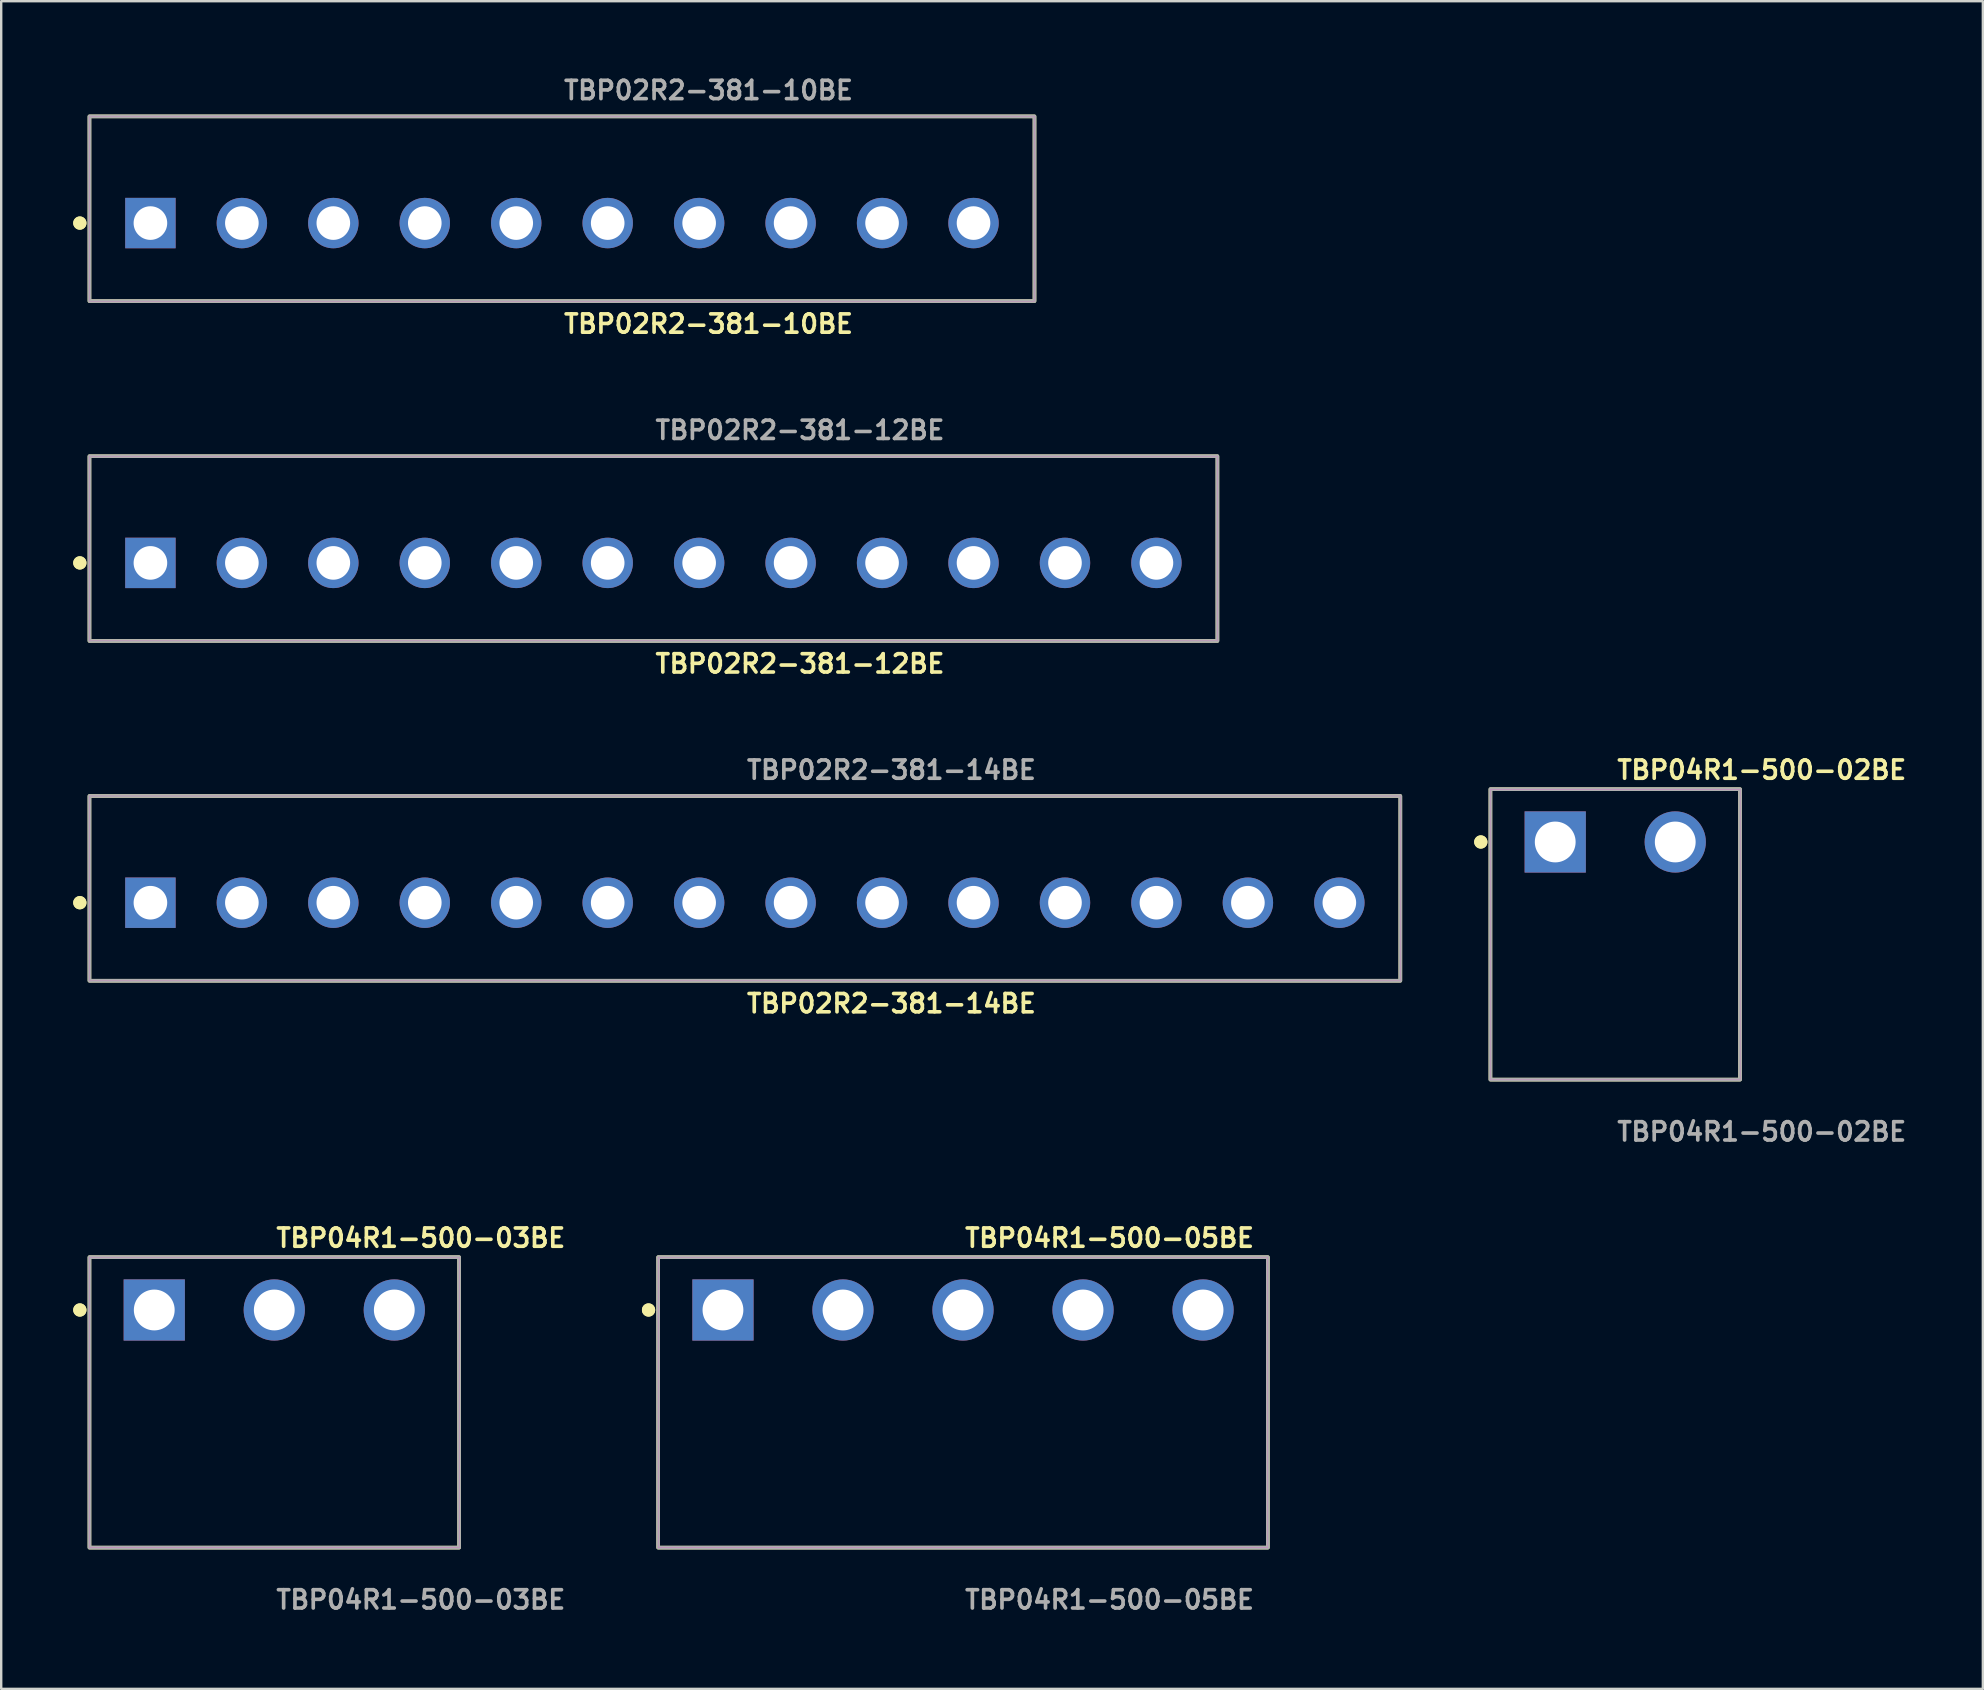
<source format=kicad_pcb>
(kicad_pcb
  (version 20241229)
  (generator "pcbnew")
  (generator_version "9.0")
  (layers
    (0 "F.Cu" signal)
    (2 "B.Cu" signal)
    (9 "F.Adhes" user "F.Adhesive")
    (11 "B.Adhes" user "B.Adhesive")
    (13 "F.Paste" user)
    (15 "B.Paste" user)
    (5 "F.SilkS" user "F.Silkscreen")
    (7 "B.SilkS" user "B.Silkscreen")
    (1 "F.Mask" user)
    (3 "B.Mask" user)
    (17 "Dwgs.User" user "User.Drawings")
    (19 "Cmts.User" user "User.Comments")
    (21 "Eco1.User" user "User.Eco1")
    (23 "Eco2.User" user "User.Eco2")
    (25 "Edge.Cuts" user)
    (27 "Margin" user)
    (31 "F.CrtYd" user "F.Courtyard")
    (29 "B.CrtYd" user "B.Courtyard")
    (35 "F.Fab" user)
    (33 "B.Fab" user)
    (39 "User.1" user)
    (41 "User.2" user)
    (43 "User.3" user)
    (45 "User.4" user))
  (footprint "TBP04R1-500-03BE"
    (layer "F.Cu")
    (at 8.376 51.523)
    (property "Reference" "TBP04R1-500-03BE" (at 0 -3 0) (unlocked yes) (layer "F.SilkS") (effects (font (size 0.762 0.762) (thickness 0.152)) (justify left)))
    (fp_rect (start -7.7 9.9) (end 7.7 -2.2) (stroke (width 0.152) (type solid)) (fill no) (layer "F.SilkS"))
    (fp_circle (center -8.1 0) (end -8.3 0) (stroke (width 0.152) (type solid)) (fill yes) (layer "F.SilkS"))
    (fp_circle (center -8.1 0) (end -8.3 0) (stroke (width 0.152) (type solid)) (fill yes) (layer "F.SilkS"))
    (fp_rect (start -7.7 9.9) (end 7.7 -2.2) (stroke (width 0.006) (type solid)) (fill no) (layer "F.CrtYd"))
    (fp_rect (start -7.7 9.9) (end 7.7 -2.2) (stroke (width 0.152) (type solid)) (fill no) (layer "F.Fab"))
    (fp_text user "${REFERENCE}" (at 0 12.07 0) (unlocked yes) (layer "F.Fab") (effects (font (size 0.762 0.762) (thickness 0.152)) (justify left)))
    (pad "1" thru_hole rect (at -5 0) (size 2.55 2.55) (drill 1.7) (layers "*.Cu" "*.Mask"))
    (pad "2" thru_hole circle (at 0 0) (size 2.55 2.55) (drill 1.7) (layers "*.Cu" "*.Mask"))
    (pad "3" thru_hole circle (at 5 0) (size 2.55 2.55) (drill 1.7) (layers "*.Cu" "*.Mask")))
  (footprint "TBP04R1-500-02BE"
    (layer "F.Cu")
    (at 64.239 32.026)
    (property "Reference" "TBP04R1-500-02BE" (at 0 -3 0) (unlocked yes) (layer "F.SilkS") (effects (font (size 0.762 0.762) (thickness 0.152)) (justify left)))
    (fp_rect (start -5.2 9.9) (end 5.2 -2.2) (stroke (width 0.152) (type solid)) (fill no) (layer "F.SilkS"))
    (fp_circle (center -5.6 0) (end -5.8 0) (stroke (width 0.152) (type solid)) (fill yes) (layer "F.SilkS"))
    (fp_circle (center -5.6 0) (end -5.8 0) (stroke (width 0.152) (type solid)) (fill yes) (layer "F.SilkS"))
    (fp_rect (start -5.2 9.9) (end 5.2 -2.2) (stroke (width 0.006) (type solid)) (fill no) (layer "F.CrtYd"))
    (fp_rect (start -5.2 9.9) (end 5.2 -2.2) (stroke (width 0.152) (type solid)) (fill no) (layer "F.Fab"))
    (fp_text user "${REFERENCE}" (at 0 12.07 0) (unlocked yes) (layer "F.Fab") (effects (font (size 0.762 0.762) (thickness 0.152)) (justify left)))
    (pad "1" thru_hole rect (at -2.5 0) (size 2.55 2.55) (drill 1.7) (layers "*.Cu" "*.Mask"))
    (pad "2" thru_hole circle (at 2.5 0) (size 2.55 2.55) (drill 1.7) (layers "*.Cu" "*.Mask")))
  (footprint "TBP02R2-381-10BE"
    (layer "F.Cu")
    (at 20.361 6.243)
    (property "Reference" "TBP02R2-381-10BE" (at 0 4.2 0) (unlocked yes) (layer "F.SilkS") (effects (font (size 0.762 0.762) (thickness 0.152)) (justify left)))
    (fp_rect (start -19.685 3.251) (end 19.685 -4.445) (stroke (width 0.152) (type solid)) (fill no) (layer "F.SilkS"))
    (fp_circle (center -20.085 0) (end -20.285 0) (stroke (width 0.152) (type solid)) (fill yes) (layer "F.SilkS"))
    (fp_circle (center -20.085 0) (end -20.285 0) (stroke (width 0.152) (type solid)) (fill yes) (layer "F.SilkS"))
    (fp_rect (start -19.685 3.251) (end 19.685 -4.445) (stroke (width 0.006) (type solid)) (fill no) (layer "F.CrtYd"))
    (fp_rect (start -19.685 3.251) (end 19.685 -4.445) (stroke (width 0.152) (type solid)) (fill no) (layer "F.Fab"))
    (fp_text user "${REFERENCE}" (at 0 -5.53 0) (unlocked yes) (layer "F.Fab") (effects (font (size 0.762 0.762) (thickness 0.152)) (justify left)))
    (pad "1" thru_hole rect (at -17.145 0) (size 2.1 2.1) (drill 1.4) (layers "*.Cu" "*.Mask"))
    (pad "2" thru_hole circle (at -13.335 0) (size 2.1 2.1) (drill 1.4) (layers "*.Cu" "*.Mask"))
    (pad "3" thru_hole circle (at -9.525 0) (size 2.1 2.1) (drill 1.4) (layers "*.Cu" "*.Mask"))
    (pad "4" thru_hole circle (at -5.715 0) (size 2.1 2.1) (drill 1.4) (layers "*.Cu" "*.Mask"))
    (pad "5" thru_hole circle (at -1.905 0) (size 2.1 2.1) (drill 1.4) (layers "*.Cu" "*.Mask"))
    (pad "6" thru_hole circle (at 1.905 0) (size 2.1 2.1) (drill 1.4) (layers "*.Cu" "*.Mask"))
    (pad "7" thru_hole circle (at 5.715 0) (size 2.1 2.1) (drill 1.4) (layers "*.Cu" "*.Mask"))
    (pad "8" thru_hole circle (at 9.525 0) (size 2.1 2.1) (drill 1.4) (layers "*.Cu" "*.Mask"))
    (pad "9" thru_hole circle (at 13.335 0) (size 2.1 2.1) (drill 1.4) (layers "*.Cu" "*.Mask"))
    (pad "10" thru_hole circle (at 17.145 0) (size 2.1 2.1) (drill 1.4) (layers "*.Cu" "*.Mask")))
  (footprint "TBP02R2-381-14BE"
    (layer "F.Cu")
    (at 27.981 34.556)
    (property "Reference" "TBP02R2-381-14BE" (at 0 4.2 0) (unlocked yes) (layer "F.SilkS") (effects (font (size 0.762 0.762) (thickness 0.152)) (justify left)))
    (fp_rect (start -27.305 3.251) (end 27.305 -4.445) (stroke (width 0.152) (type solid)) (fill no) (layer "F.SilkS"))
    (fp_circle (center -27.705 0) (end -27.905 0) (stroke (width 0.152) (type solid)) (fill yes) (layer "F.SilkS"))
    (fp_circle (center -27.705 0) (end -27.905 0) (stroke (width 0.152) (type solid)) (fill yes) (layer "F.SilkS"))
    (fp_rect (start -27.305 3.251) (end 27.305 -4.445) (stroke (width 0.006) (type solid)) (fill no) (layer "F.CrtYd"))
    (fp_rect (start -27.305 3.251) (end 27.305 -4.445) (stroke (width 0.152) (type solid)) (fill no) (layer "F.Fab"))
    (fp_text user "${REFERENCE}" (at 0 -5.53 0) (unlocked yes) (layer "F.Fab") (effects (font (size 0.762 0.762) (thickness 0.152)) (justify left)))
    (pad "1" thru_hole rect (at -24.765 0) (size 2.1 2.1) (drill 1.4) (layers "*.Cu" "*.Mask"))
    (pad "2" thru_hole circle (at -20.955 0) (size 2.1 2.1) (drill 1.4) (layers "*.Cu" "*.Mask"))
    (pad "3" thru_hole circle (at -17.145 0) (size 2.1 2.1) (drill 1.4) (layers "*.Cu" "*.Mask"))
    (pad "4" thru_hole circle (at -13.335 0) (size 2.1 2.1) (drill 1.4) (layers "*.Cu" "*.Mask"))
    (pad "5" thru_hole circle (at -9.525 0) (size 2.1 2.1) (drill 1.4) (layers "*.Cu" "*.Mask"))
    (pad "6" thru_hole circle (at -5.715 0) (size 2.1 2.1) (drill 1.4) (layers "*.Cu" "*.Mask"))
    (pad "7" thru_hole circle (at -1.905 0) (size 2.1 2.1) (drill 1.4) (layers "*.Cu" "*.Mask"))
    (pad "8" thru_hole circle (at 1.905 0) (size 2.1 2.1) (drill 1.4) (layers "*.Cu" "*.Mask"))
    (pad "9" thru_hole circle (at 5.715 0) (size 2.1 2.1) (drill 1.4) (layers "*.Cu" "*.Mask"))
    (pad "10" thru_hole circle (at 9.525 0) (size 2.1 2.1) (drill 1.4) (layers "*.Cu" "*.Mask"))
    (pad "11" thru_hole circle (at 13.335 0) (size 2.1 2.1) (drill 1.4) (layers "*.Cu" "*.Mask"))
    (pad "12" thru_hole circle (at 17.145 0) (size 2.1 2.1) (drill 1.4) (layers "*.Cu" "*.Mask"))
    (pad "13" thru_hole circle (at 20.955 0) (size 2.1 2.1) (drill 1.4) (layers "*.Cu" "*.Mask"))
    (pad "14" thru_hole circle (at 24.765 0) (size 2.1 2.1) (drill 1.4) (layers "*.Cu" "*.Mask")))
  (footprint "TBP04R1-500-05BE"
    (layer "F.Cu")
    (at 37.068 51.523)
    (property "Reference" "TBP04R1-500-05BE" (at 0 -3 0) (unlocked yes) (layer "F.SilkS") (effects (font (size 0.762 0.762) (thickness 0.152)) (justify left)))
    (fp_rect (start -12.7 9.9) (end 12.7 -2.2) (stroke (width 0.152) (type solid)) (fill no) (layer "F.SilkS"))
    (fp_circle (center -13.1 0) (end -13.3 0) (stroke (width 0.152) (type solid)) (fill yes) (layer "F.SilkS"))
    (fp_circle (center -13.1 0) (end -13.3 0) (stroke (width 0.152) (type solid)) (fill yes) (layer "F.SilkS"))
    (fp_rect (start -12.7 9.9) (end 12.7 -2.2) (stroke (width 0.006) (type solid)) (fill no) (layer "F.CrtYd"))
    (fp_rect (start -12.7 9.9) (end 12.7 -2.2) (stroke (width 0.152) (type solid)) (fill no) (layer "F.Fab"))
    (fp_text user "${REFERENCE}" (at 0 12.07 0) (unlocked yes) (layer "F.Fab") (effects (font (size 0.762 0.762) (thickness 0.152)) (justify left)))
    (pad "1" thru_hole rect (at -10 0) (size 2.55 2.55) (drill 1.7) (layers "*.Cu" "*.Mask"))
    (pad "2" thru_hole circle (at -5 0) (size 2.55 2.55) (drill 1.7) (layers "*.Cu" "*.Mask"))
    (pad "3" thru_hole circle (at 0 0) (size 2.55 2.55) (drill 1.7) (layers "*.Cu" "*.Mask"))
    (pad "4" thru_hole circle (at 5 0) (size 2.55 2.55) (drill 1.7) (layers "*.Cu" "*.Mask"))
    (pad "5" thru_hole circle (at 10 0) (size 2.55 2.55) (drill 1.7) (layers "*.Cu" "*.Mask")))
  (footprint "TBP02R2-381-12BE"
    (layer "F.Cu")
    (at 24.171 20.4)
    (property "Reference" "TBP02R2-381-12BE" (at 0 4.2 0) (unlocked yes) (layer "F.SilkS") (effects (font (size 0.762 0.762) (thickness 0.152)) (justify left)))
    (fp_rect (start -23.495 3.251) (end 23.495 -4.445) (stroke (width 0.152) (type solid)) (fill no) (layer "F.SilkS"))
    (fp_circle (center -23.895 0) (end -24.095 0) (stroke (width 0.152) (type solid)) (fill yes) (layer "F.SilkS"))
    (fp_circle (center -23.895 0) (end -24.095 0) (stroke (width 0.152) (type solid)) (fill yes) (layer "F.SilkS"))
    (fp_rect (start -23.495 3.251) (end 23.495 -4.445) (stroke (width 0.006) (type solid)) (fill no) (layer "F.CrtYd"))
    (fp_rect (start -23.495 3.251) (end 23.495 -4.445) (stroke (width 0.152) (type solid)) (fill no) (layer "F.Fab"))
    (fp_text user "${REFERENCE}" (at 0 -5.53 0) (unlocked yes) (layer "F.Fab") (effects (font (size 0.762 0.762) (thickness 0.152)) (justify left)))
    (pad "1" thru_hole rect (at -20.955 0) (size 2.1 2.1) (drill 1.4) (layers "*.Cu" "*.Mask"))
    (pad "2" thru_hole circle (at -17.145 0) (size 2.1 2.1) (drill 1.4) (layers "*.Cu" "*.Mask"))
    (pad "3" thru_hole circle (at -13.335 0) (size 2.1 2.1) (drill 1.4) (layers "*.Cu" "*.Mask"))
    (pad "4" thru_hole circle (at -9.525 0) (size 2.1 2.1) (drill 1.4) (layers "*.Cu" "*.Mask"))
    (pad "5" thru_hole circle (at -5.715 0) (size 2.1 2.1) (drill 1.4) (layers "*.Cu" "*.Mask"))
    (pad "6" thru_hole circle (at -1.905 0) (size 2.1 2.1) (drill 1.4) (layers "*.Cu" "*.Mask"))
    (pad "7" thru_hole circle (at 1.905 0) (size 2.1 2.1) (drill 1.4) (layers "*.Cu" "*.Mask"))
    (pad "8" thru_hole circle (at 5.715 0) (size 2.1 2.1) (drill 1.4) (layers "*.Cu" "*.Mask"))
    (pad "9" thru_hole circle (at 9.525 0) (size 2.1 2.1) (drill 1.4) (layers "*.Cu" "*.Mask"))
    (pad "10" thru_hole circle (at 13.335 0) (size 2.1 2.1) (drill 1.4) (layers "*.Cu" "*.Mask"))
    (pad "11" thru_hole circle (at 17.145 0) (size 2.1 2.1) (drill 1.4) (layers "*.Cu" "*.Mask"))
    (pad "12" thru_hole circle (at 20.955 0) (size 2.1 2.1) (drill 1.4) (layers "*.Cu" "*.Mask")))
  (gr_rect
    (start -3 -3)
    (end 79.554 67.306)
    (stroke (width 0.1) (type default))
    (fill no)
    (layer "Edge.Cuts")))
</source>
